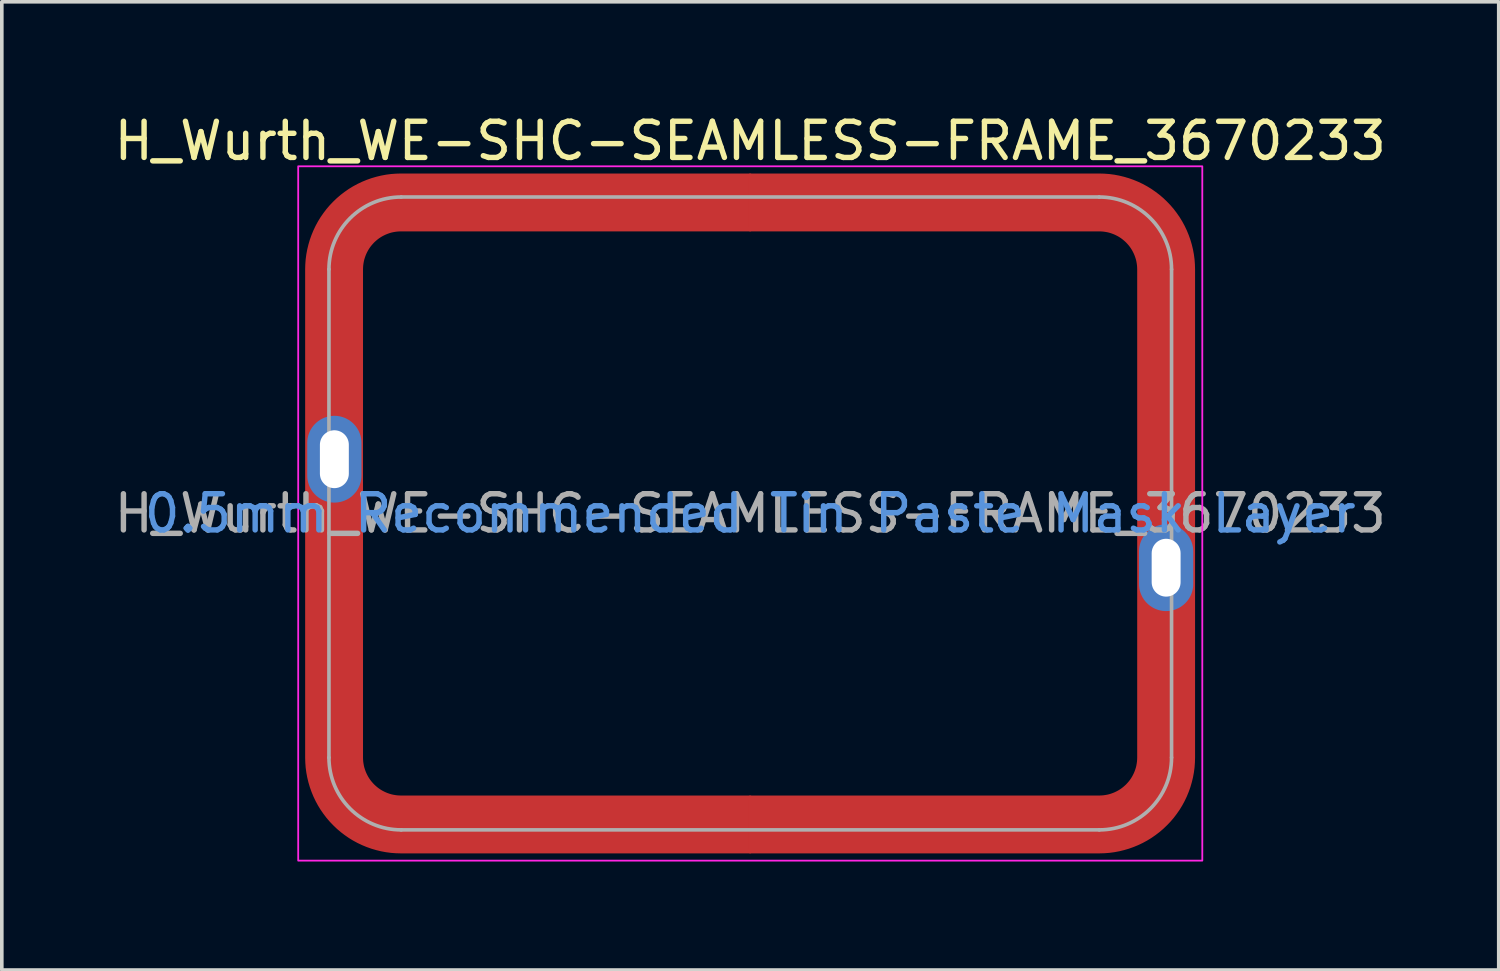
<source format=kicad_pcb>
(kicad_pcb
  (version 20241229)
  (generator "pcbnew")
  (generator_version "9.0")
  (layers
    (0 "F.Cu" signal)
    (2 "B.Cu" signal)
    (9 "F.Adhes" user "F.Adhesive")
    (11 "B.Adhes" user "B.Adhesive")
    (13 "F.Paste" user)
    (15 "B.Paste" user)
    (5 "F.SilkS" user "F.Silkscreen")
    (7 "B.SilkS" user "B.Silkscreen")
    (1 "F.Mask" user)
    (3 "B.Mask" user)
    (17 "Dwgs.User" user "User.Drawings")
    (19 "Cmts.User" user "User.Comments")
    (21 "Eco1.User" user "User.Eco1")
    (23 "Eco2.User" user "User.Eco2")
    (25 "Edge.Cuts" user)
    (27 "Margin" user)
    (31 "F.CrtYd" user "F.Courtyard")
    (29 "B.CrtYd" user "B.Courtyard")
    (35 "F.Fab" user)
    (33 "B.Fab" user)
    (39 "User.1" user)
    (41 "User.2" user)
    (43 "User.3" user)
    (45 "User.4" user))
  (footprint "H_Wurth_WE-SHC-SEAMLESS-FRAME_3670233"
    (layer "F.Cu")
    (at 17.696 11.148)
    (property "Reference" "H_Wurth_WE-SHC-SEAMLESS-FRAME_3670233" (at 0 -10.3 0) (unlocked yes) (layer "F.SilkS") (effects (font (size 1 1) (thickness 0.15))))
    (attr smd)
    (fp_poly (pts (xy -0.004 -7.85) (xy -0.004 -9.35) (xy 9.65 -9.35) (xy 9.786 -9.346) (xy 9.922 -9.336) (xy 10.057 -9.318) (xy 10.191 -9.293) (xy 10.323 -9.261) (xy 10.453 -9.223) (xy 10.582 -9.177) (xy 10.708 -9.125) (xy 10.83 -9.067) (xy 10.95 -9.002) (xy 11.066 -8.931) (xy 11.178 -8.853) (xy 11.286 -8.771) (xy 11.39 -8.682) (xy 11.488 -8.588) (xy 11.582 -8.49) (xy 11.671 -8.386) (xy 11.753 -8.278) (xy 11.831 -8.166) (xy 11.902 -8.05) (xy 11.967 -7.93) (xy 12.025 -7.808) (xy 12.077 -7.682) (xy 12.123 -7.553) (xy 12.161 -7.423) (xy 12.193 -7.291) (xy 12.218 -7.157) (xy 12.236 -7.022) (xy 12.246 -6.886) (xy 12.25 -6.75) (xy 12.25 6.75) (xy 12.246 6.886) (xy 12.236 7.022) (xy 12.218 7.157) (xy 12.193 7.291) (xy 12.161 7.423) (xy 12.123 7.553) (xy 12.077 7.682) (xy 12.025 7.808) (xy 11.967 7.93) (xy 11.902 8.05) (xy 11.831 8.166) (xy 11.753 8.278) (xy 11.671 8.386) (xy 11.582 8.49) (xy 11.488 8.588) (xy 11.39 8.682) (xy 11.286 8.771) (xy 11.178 8.853) (xy 11.066 8.931) (xy 10.95 9.002) (xy 10.83 9.067) (xy 10.708 9.125) (xy 10.582 9.177) (xy 10.453 9.223) (xy 10.323 9.261) (xy 10.191 9.293) (xy 10.057 9.318) (xy 9.922 9.336) (xy 9.786 9.346) (xy 9.65 9.35) (xy -0.004 9.35) (xy -0.004 7.85) (xy 9.65 7.85) (xy 9.708 7.848) (xy 9.765 7.844) (xy 9.822 7.836) (xy 9.879 7.826) (xy 9.935 7.813) (xy 9.99 7.796) (xy 10.044 7.777) (xy 10.097 7.755) (xy 10.149 7.73) (xy 10.2 7.703) (xy 10.249 7.673) (xy 10.297 7.64) (xy 10.342 7.605) (xy 10.386 7.567) (xy 10.428 7.528) (xy 10.467 7.486) (xy 10.505 7.442) (xy 10.54 7.397) (xy 10.573 7.349) (xy 10.603 7.3) (xy 10.63 7.249) (xy 10.655 7.197) (xy 10.677 7.144) (xy 10.696 7.09) (xy 10.713 7.035) (xy 10.726 6.979) (xy 10.736 6.922) (xy 10.744 6.865) (xy 10.748 6.808) (xy 10.75 6.75) (xy 10.75 -6.75) (xy 10.748 -6.808) (xy 10.744 -6.865) (xy 10.736 -6.922) (xy 10.726 -6.979) (xy 10.713 -7.035) (xy 10.696 -7.09) (xy 10.677 -7.144) (xy 10.655 -7.197) (xy 10.63 -7.249) (xy 10.603 -7.3) (xy 10.573 -7.349) (xy 10.54 -7.397) (xy 10.505 -7.442) (xy 10.467 -7.486) (xy 10.428 -7.528) (xy 10.386 -7.567) (xy 10.342 -7.605) (xy 10.297 -7.64) (xy 10.249 -7.673) (xy 10.2 -7.703) (xy 10.149 -7.73) (xy 10.097 -7.755) (xy 10.044 -7.777) (xy 9.99 -7.796) (xy 9.935 -7.813) (xy 9.879 -7.826) (xy 9.822 -7.836) (xy 9.765 -7.844) (xy 9.708 -7.848) (xy 9.65 -7.85) (xy 0.25 -7.85)) (stroke (width 0.1) (type solid)) (fill yes) (layer "F.Cu"))
    (fp_poly (pts (xy -0.004 7.85) (xy -0.004 9.35) (xy -9.658 9.35) (xy -9.794 9.346) (xy -9.93 9.336) (xy -10.065 9.318) (xy -10.199 9.293) (xy -10.331 9.261) (xy -10.461 9.223) (xy -10.59 9.177) (xy -10.716 9.125) (xy -10.838 9.067) (xy -10.958 9.002) (xy -11.074 8.931) (xy -11.186 8.853) (xy -11.294 8.771) (xy -11.398 8.682) (xy -11.496 8.588) (xy -11.59 8.49) (xy -11.679 8.386) (xy -11.761 8.278) (xy -11.839 8.166) (xy -11.91 8.05) (xy -11.975 7.93) (xy -12.033 7.808) (xy -12.085 7.682) (xy -12.131 7.553) (xy -12.169 7.423) (xy -12.201 7.291) (xy -12.226 7.157) (xy -12.244 7.022) (xy -12.254 6.886) (xy -12.258 6.75) (xy -12.258 -6.75) (xy -12.254 -6.886) (xy -12.244 -7.022) (xy -12.226 -7.157) (xy -12.201 -7.291) (xy -12.169 -7.423) (xy -12.131 -7.553) (xy -12.085 -7.682) (xy -12.033 -7.808) (xy -11.975 -7.93) (xy -11.91 -8.05) (xy -11.839 -8.166) (xy -11.761 -8.278) (xy -11.679 -8.386) (xy -11.59 -8.49) (xy -11.496 -8.588) (xy -11.398 -8.682) (xy -11.294 -8.771) (xy -11.186 -8.853) (xy -11.074 -8.931) (xy -10.958 -9.002) (xy -10.838 -9.067) (xy -10.716 -9.125) (xy -10.59 -9.177) (xy -10.461 -9.223) (xy -10.331 -9.261) (xy -10.199 -9.293) (xy -10.065 -9.318) (xy -9.93 -9.336) (xy -9.794 -9.346) (xy -9.658 -9.35) (xy -0.004 -9.35) (xy -0.004 -7.85) (xy -9.658 -7.85) (xy -9.716 -7.848) (xy -9.773 -7.844) (xy -9.83 -7.836) (xy -9.887 -7.826) (xy -9.943 -7.813) (xy -9.998 -7.796) (xy -10.052 -7.777) (xy -10.105 -7.755) (xy -10.157 -7.73) (xy -10.208 -7.703) (xy -10.257 -7.673) (xy -10.305 -7.64) (xy -10.35 -7.605) (xy -10.394 -7.567) (xy -10.436 -7.528) (xy -10.475 -7.486) (xy -10.513 -7.442) (xy -10.548 -7.397) (xy -10.581 -7.349) (xy -10.611 -7.3) (xy -10.638 -7.249) (xy -10.663 -7.197) (xy -10.685 -7.144) (xy -10.704 -7.09) (xy -10.721 -7.035) (xy -10.734 -6.979) (xy -10.744 -6.922) (xy -10.752 -6.865) (xy -10.756 -6.808) (xy -10.758 -6.75) (xy -10.758 6.75) (xy -10.756 6.808) (xy -10.752 6.865) (xy -10.744 6.922) (xy -10.734 6.979) (xy -10.721 7.035) (xy -10.704 7.09) (xy -10.685 7.144) (xy -10.663 7.197) (xy -10.638 7.249) (xy -10.611 7.3) (xy -10.581 7.349) (xy -10.548 7.397) (xy -10.513 7.442) (xy -10.475 7.486) (xy -10.436 7.528) (xy -10.394 7.567) (xy -10.35 7.605) (xy -10.305 7.64) (xy -10.257 7.673) (xy -10.208 7.703) (xy -10.157 7.73) (xy -10.105 7.755) (xy -10.052 7.777) (xy -9.998 7.796) (xy -9.943 7.813) (xy -9.887 7.826) (xy -9.83 7.836) (xy -9.773 7.844) (xy -9.716 7.848) (xy -9.658 7.85) (xy -0.258 7.85)) (stroke (width 0.1) (type solid)) (fill yes) (layer "F.Cu"))
    (fp_poly (pts (xy -0.004 -7.85) (xy -0.004 -9.35) (xy 9.65 -9.35) (xy 9.786 -9.346) (xy 9.922 -9.336) (xy 10.057 -9.318) (xy 10.191 -9.293) (xy 10.323 -9.261) (xy 10.453 -9.223) (xy 10.582 -9.177) (xy 10.708 -9.125) (xy 10.83 -9.067) (xy 10.95 -9.002) (xy 11.066 -8.931) (xy 11.178 -8.853) (xy 11.286 -8.771) (xy 11.39 -8.682) (xy 11.488 -8.588) (xy 11.582 -8.49) (xy 11.671 -8.386) (xy 11.753 -8.278) (xy 11.831 -8.166) (xy 11.902 -8.05) (xy 11.967 -7.93) (xy 12.025 -7.808) (xy 12.077 -7.682) (xy 12.123 -7.553) (xy 12.161 -7.423) (xy 12.193 -7.291) (xy 12.218 -7.157) (xy 12.236 -7.022) (xy 12.246 -6.886) (xy 12.25 -6.75) (xy 12.25 6.75) (xy 12.246 6.886) (xy 12.236 7.022) (xy 12.218 7.157) (xy 12.193 7.291) (xy 12.161 7.423) (xy 12.123 7.553) (xy 12.077 7.682) (xy 12.025 7.808) (xy 11.967 7.93) (xy 11.902 8.05) (xy 11.831 8.166) (xy 11.753 8.278) (xy 11.671 8.386) (xy 11.582 8.49) (xy 11.488 8.588) (xy 11.39 8.682) (xy 11.286 8.771) (xy 11.178 8.853) (xy 11.066 8.931) (xy 10.95 9.002) (xy 10.83 9.067) (xy 10.708 9.125) (xy 10.582 9.177) (xy 10.453 9.223) (xy 10.323 9.261) (xy 10.191 9.293) (xy 10.057 9.318) (xy 9.922 9.336) (xy 9.786 9.346) (xy 9.65 9.35) (xy -0.004 9.35) (xy -0.004 7.85) (xy 9.65 7.85) (xy 9.708 7.848) (xy 9.765 7.844) (xy 9.822 7.836) (xy 9.879 7.826) (xy 9.935 7.813) (xy 9.99 7.796) (xy 10.044 7.777) (xy 10.097 7.755) (xy 10.149 7.73) (xy 10.2 7.703) (xy 10.249 7.673) (xy 10.297 7.64) (xy 10.342 7.605) (xy 10.386 7.567) (xy 10.428 7.528) (xy 10.467 7.486) (xy 10.505 7.442) (xy 10.54 7.397) (xy 10.573 7.349) (xy 10.603 7.3) (xy 10.63 7.249) (xy 10.655 7.197) (xy 10.677 7.144) (xy 10.696 7.09) (xy 10.713 7.035) (xy 10.726 6.979) (xy 10.736 6.922) (xy 10.744 6.865) (xy 10.748 6.808) (xy 10.75 6.75) (xy 10.75 -6.75) (xy 10.748 -6.808) (xy 10.744 -6.865) (xy 10.736 -6.922) (xy 10.726 -6.979) (xy 10.713 -7.035) (xy 10.696 -7.09) (xy 10.677 -7.144) (xy 10.655 -7.197) (xy 10.63 -7.249) (xy 10.603 -7.3) (xy 10.573 -7.349) (xy 10.54 -7.397) (xy 10.505 -7.442) (xy 10.467 -7.486) (xy 10.428 -7.528) (xy 10.386 -7.567) (xy 10.342 -7.605) (xy 10.297 -7.64) (xy 10.249 -7.673) (xy 10.2 -7.703) (xy 10.149 -7.73) (xy 10.097 -7.755) (xy 10.044 -7.777) (xy 9.99 -7.796) (xy 9.935 -7.813) (xy 9.879 -7.826) (xy 9.822 -7.836) (xy 9.765 -7.844) (xy 9.708 -7.848) (xy 9.65 -7.85) (xy 0.25 -7.85)) (stroke (width 0.1) (type solid)) (fill yes) (layer "F.Mask"))
    (fp_poly (pts (xy -0.004 7.85) (xy -0.004 9.35) (xy -9.658 9.35) (xy -9.794 9.346) (xy -9.93 9.336) (xy -10.065 9.318) (xy -10.199 9.293) (xy -10.331 9.261) (xy -10.461 9.223) (xy -10.59 9.177) (xy -10.716 9.125) (xy -10.838 9.067) (xy -10.958 9.002) (xy -11.074 8.931) (xy -11.186 8.853) (xy -11.294 8.771) (xy -11.398 8.682) (xy -11.496 8.588) (xy -11.59 8.49) (xy -11.679 8.386) (xy -11.761 8.278) (xy -11.839 8.166) (xy -11.91 8.05) (xy -11.975 7.93) (xy -12.033 7.808) (xy -12.085 7.682) (xy -12.131 7.553) (xy -12.169 7.423) (xy -12.201 7.291) (xy -12.226 7.157) (xy -12.244 7.022) (xy -12.254 6.886) (xy -12.258 6.75) (xy -12.258 -6.75) (xy -12.254 -6.886) (xy -12.244 -7.022) (xy -12.226 -7.157) (xy -12.201 -7.291) (xy -12.169 -7.423) (xy -12.131 -7.553) (xy -12.085 -7.682) (xy -12.033 -7.808) (xy -11.975 -7.93) (xy -11.91 -8.05) (xy -11.839 -8.166) (xy -11.761 -8.278) (xy -11.679 -8.386) (xy -11.59 -8.49) (xy -11.496 -8.588) (xy -11.398 -8.682) (xy -11.294 -8.771) (xy -11.186 -8.853) (xy -11.074 -8.931) (xy -10.958 -9.002) (xy -10.838 -9.067) (xy -10.716 -9.125) (xy -10.59 -9.177) (xy -10.461 -9.223) (xy -10.331 -9.261) (xy -10.199 -9.293) (xy -10.065 -9.318) (xy -9.93 -9.336) (xy -9.794 -9.346) (xy -9.658 -9.35) (xy -0.004 -9.35) (xy -0.004 -7.85) (xy -9.658 -7.85) (xy -9.716 -7.848) (xy -9.773 -7.844) (xy -9.83 -7.836) (xy -9.887 -7.826) (xy -9.943 -7.813) (xy -9.998 -7.796) (xy -10.052 -7.777) (xy -10.105 -7.755) (xy -10.157 -7.73) (xy -10.208 -7.703) (xy -10.257 -7.673) (xy -10.305 -7.64) (xy -10.35 -7.605) (xy -10.394 -7.567) (xy -10.436 -7.528) (xy -10.475 -7.486) (xy -10.513 -7.442) (xy -10.548 -7.397) (xy -10.581 -7.349) (xy -10.611 -7.3) (xy -10.638 -7.249) (xy -10.663 -7.197) (xy -10.685 -7.144) (xy -10.704 -7.09) (xy -10.721 -7.035) (xy -10.734 -6.979) (xy -10.744 -6.922) (xy -10.752 -6.865) (xy -10.756 -6.808) (xy -10.758 -6.75) (xy -10.758 6.75) (xy -10.756 6.808) (xy -10.752 6.865) (xy -10.744 6.922) (xy -10.734 6.979) (xy -10.721 7.035) (xy -10.704 7.09) (xy -10.685 7.144) (xy -10.663 7.197) (xy -10.638 7.249) (xy -10.611 7.3) (xy -10.581 7.349) (xy -10.548 7.397) (xy -10.513 7.442) (xy -10.475 7.486) (xy -10.436 7.528) (xy -10.394 7.567) (xy -10.35 7.605) (xy -10.305 7.64) (xy -10.257 7.673) (xy -10.208 7.703) (xy -10.157 7.73) (xy -10.105 7.755) (xy -10.052 7.777) (xy -9.998 7.796) (xy -9.943 7.813) (xy -9.887 7.826) (xy -9.83 7.836) (xy -9.773 7.844) (xy -9.716 7.848) (xy -9.658 7.85) (xy -0.258 7.85)) (stroke (width 0.1) (type solid)) (fill yes) (layer "F.Mask"))
    (fp_poly (pts (xy -0.004 -7.85) (xy -0.004 -9.35) (xy 9.65 -9.35) (xy 9.786 -9.346) (xy 9.922 -9.336) (xy 10.057 -9.318) (xy 10.191 -9.293) (xy 10.323 -9.261) (xy 10.453 -9.223) (xy 10.582 -9.177) (xy 10.708 -9.125) (xy 10.83 -9.067) (xy 10.95 -9.002) (xy 11.066 -8.931) (xy 11.178 -8.853) (xy 11.286 -8.771) (xy 11.39 -8.682) (xy 11.488 -8.588) (xy 11.582 -8.49) (xy 11.671 -8.386) (xy 11.753 -8.278) (xy 11.831 -8.166) (xy 11.902 -8.05) (xy 11.967 -7.93) (xy 12.025 -7.808) (xy 12.077 -7.682) (xy 12.123 -7.553) (xy 12.161 -7.423) (xy 12.193 -7.291) (xy 12.218 -7.157) (xy 12.236 -7.022) (xy 12.246 -6.886) (xy 12.25 -6.75) (xy 12.25 6.75) (xy 12.246 6.886) (xy 12.236 7.022) (xy 12.218 7.157) (xy 12.193 7.291) (xy 12.161 7.423) (xy 12.123 7.553) (xy 12.077 7.682) (xy 12.025 7.808) (xy 11.967 7.93) (xy 11.902 8.05) (xy 11.831 8.166) (xy 11.753 8.278) (xy 11.671 8.386) (xy 11.582 8.49) (xy 11.488 8.588) (xy 11.39 8.682) (xy 11.286 8.771) (xy 11.178 8.853) (xy 11.066 8.931) (xy 10.95 9.002) (xy 10.83 9.067) (xy 10.708 9.125) (xy 10.582 9.177) (xy 10.453 9.223) (xy 10.323 9.261) (xy 10.191 9.293) (xy 10.057 9.318) (xy 9.922 9.336) (xy 9.786 9.346) (xy 9.65 9.35) (xy -0.004 9.35) (xy -0.004 7.85) (xy 9.65 7.85) (xy 9.708 7.848) (xy 9.765 7.844) (xy 9.822 7.836) (xy 9.879 7.826) (xy 9.935 7.813) (xy 9.99 7.796) (xy 10.044 7.777) (xy 10.097 7.755) (xy 10.149 7.73) (xy 10.2 7.703) (xy 10.249 7.673) (xy 10.297 7.64) (xy 10.342 7.605) (xy 10.386 7.567) (xy 10.428 7.528) (xy 10.467 7.486) (xy 10.505 7.442) (xy 10.54 7.397) (xy 10.573 7.349) (xy 10.603 7.3) (xy 10.63 7.249) (xy 10.655 7.197) (xy 10.677 7.144) (xy 10.696 7.09) (xy 10.713 7.035) (xy 10.726 6.979) (xy 10.736 6.922) (xy 10.744 6.865) (xy 10.748 6.808) (xy 10.75 6.75) (xy 10.75 -6.75) (xy 10.748 -6.808) (xy 10.744 -6.865) (xy 10.736 -6.922) (xy 10.726 -6.979) (xy 10.713 -7.035) (xy 10.696 -7.09) (xy 10.677 -7.144) (xy 10.655 -7.197) (xy 10.63 -7.249) (xy 10.603 -7.3) (xy 10.573 -7.349) (xy 10.54 -7.397) (xy 10.505 -7.442) (xy 10.467 -7.486) (xy 10.428 -7.528) (xy 10.386 -7.567) (xy 10.342 -7.605) (xy 10.297 -7.64) (xy 10.249 -7.673) (xy 10.2 -7.703) (xy 10.149 -7.73) (xy 10.097 -7.755) (xy 10.044 -7.777) (xy 9.99 -7.796) (xy 9.935 -7.813) (xy 9.879 -7.826) (xy 9.822 -7.836) (xy 9.765 -7.844) (xy 9.708 -7.848) (xy 9.65 -7.85) (xy 0.25 -7.85)) (stroke (width 0.1) (type solid)) (fill yes) (layer "F.Paste"))
    (fp_poly (pts (xy -0.004 7.85) (xy -0.004 9.35) (xy -9.658 9.35) (xy -9.794 9.346) (xy -9.93 9.336) (xy -10.065 9.318) (xy -10.199 9.293) (xy -10.331 9.261) (xy -10.461 9.223) (xy -10.59 9.177) (xy -10.716 9.125) (xy -10.838 9.067) (xy -10.958 9.002) (xy -11.074 8.931) (xy -11.186 8.853) (xy -11.294 8.771) (xy -11.398 8.682) (xy -11.496 8.588) (xy -11.59 8.49) (xy -11.679 8.386) (xy -11.761 8.278) (xy -11.839 8.166) (xy -11.91 8.05) (xy -11.975 7.93) (xy -12.033 7.808) (xy -12.085 7.682) (xy -12.131 7.553) (xy -12.169 7.423) (xy -12.201 7.291) (xy -12.226 7.157) (xy -12.244 7.022) (xy -12.254 6.886) (xy -12.258 6.75) (xy -12.258 -6.75) (xy -12.254 -6.886) (xy -12.244 -7.022) (xy -12.226 -7.157) (xy -12.201 -7.291) (xy -12.169 -7.423) (xy -12.131 -7.553) (xy -12.085 -7.682) (xy -12.033 -7.808) (xy -11.975 -7.93) (xy -11.91 -8.05) (xy -11.839 -8.166) (xy -11.761 -8.278) (xy -11.679 -8.386) (xy -11.59 -8.49) (xy -11.496 -8.588) (xy -11.398 -8.682) (xy -11.294 -8.771) (xy -11.186 -8.853) (xy -11.074 -8.931) (xy -10.958 -9.002) (xy -10.838 -9.067) (xy -10.716 -9.125) (xy -10.59 -9.177) (xy -10.461 -9.223) (xy -10.331 -9.261) (xy -10.199 -9.293) (xy -10.065 -9.318) (xy -9.93 -9.336) (xy -9.794 -9.346) (xy -9.658 -9.35) (xy -0.004 -9.35) (xy -0.004 -7.85) (xy -9.658 -7.85) (xy -9.716 -7.848) (xy -9.773 -7.844) (xy -9.83 -7.836) (xy -9.887 -7.826) (xy -9.943 -7.813) (xy -9.998 -7.796) (xy -10.052 -7.777) (xy -10.105 -7.755) (xy -10.157 -7.73) (xy -10.208 -7.703) (xy -10.257 -7.673) (xy -10.305 -7.64) (xy -10.35 -7.605) (xy -10.394 -7.567) (xy -10.436 -7.528) (xy -10.475 -7.486) (xy -10.513 -7.442) (xy -10.548 -7.397) (xy -10.581 -7.349) (xy -10.611 -7.3) (xy -10.638 -7.249) (xy -10.663 -7.197) (xy -10.685 -7.144) (xy -10.704 -7.09) (xy -10.721 -7.035) (xy -10.734 -6.979) (xy -10.744 -6.922) (xy -10.752 -6.865) (xy -10.756 -6.808) (xy -10.758 -6.75) (xy -10.758 6.75) (xy -10.756 6.808) (xy -10.752 6.865) (xy -10.744 6.922) (xy -10.734 6.979) (xy -10.721 7.035) (xy -10.704 7.09) (xy -10.685 7.144) (xy -10.663 7.197) (xy -10.638 7.249) (xy -10.611 7.3) (xy -10.581 7.349) (xy -10.548 7.397) (xy -10.513 7.442) (xy -10.475 7.486) (xy -10.436 7.528) (xy -10.394 7.567) (xy -10.35 7.605) (xy -10.305 7.64) (xy -10.257 7.673) (xy -10.208 7.703) (xy -10.157 7.73) (xy -10.105 7.755) (xy -10.052 7.777) (xy -9.998 7.796) (xy -9.943 7.813) (xy -9.887 7.826) (xy -9.83 7.836) (xy -9.773 7.844) (xy -9.716 7.848) (xy -9.658 7.85) (xy -0.258 7.85)) (stroke (width 0.1) (type solid)) (fill yes) (layer "F.Paste"))
    (fp_rect (start -12.5 -9.6) (end 12.5 9.6) (stroke (width 0.05) (type solid)) (fill no) (layer "F.CrtYd"))
    (fp_line (start -11.65 6.75) (end -11.65 -6.75) (stroke (width 0.1) (type solid)) (layer "F.Fab"))
    (fp_line (start -9.65 -8.75) (end 9.65 -8.75) (stroke (width 0.1) (type solid)) (layer "F.Fab"))
    (fp_line (start -9.65 8.75) (end 9.65 8.75) (stroke (width 0.1) (type solid)) (layer "F.Fab"))
    (fp_line (start 11.65 6.75) (end 11.65 -6.75) (stroke (width 0.1) (type solid)) (layer "F.Fab"))
    (fp_arc (start -11.65 -6.75) (mid -11.064214 -8.164214) (end -9.65 -8.75) (stroke (width 0.1) (type default)) (layer "F.Fab"))
    (fp_arc (start -9.65 8.75) (mid -11.064214 8.164214) (end -11.65 6.75) (stroke (width 0.1) (type default)) (layer "F.Fab"))
    (fp_arc (start 9.65 -8.75) (mid 11.064214 -8.164214) (end 11.65 -6.75) (stroke (width 0.1) (type default)) (layer "F.Fab"))
    (fp_arc (start 11.65 6.75) (mid 11.064214 8.164214) (end 9.65 8.75) (stroke (width 0.1) (type default)) (layer "F.Fab"))
    (fp_text user "0.5mm Recommended Tin Paste Mask Layer" (at 0 0 0) (unlocked yes) (layer "Cmts.User") (effects (font (size 1 1) (thickness 0.15))))
    (fp_text user "${REFERENCE}" (at 0 0 0) (unlocked yes) (layer "F.Fab") (effects (font (size 1 1) (thickness 0.15))))
    (pad "1" thru_hole oval (at -11.5 -1.5) (size 1.5 2.4) (drill oval 0.8 1.6) (layers "*.Cu" "*.Mask"))
    (pad "1" thru_hole oval (at 11.5 1.5) (size 1.5 2.4) (drill oval 0.8 1.6) (layers "*.Cu" "*.Mask")))
  (gr_rect
    (start -3 -3)
    (end 38.393 23.773)
    (stroke (width 0.1) (type default))
    (fill no)
    (layer "Edge.Cuts")))
</source>
